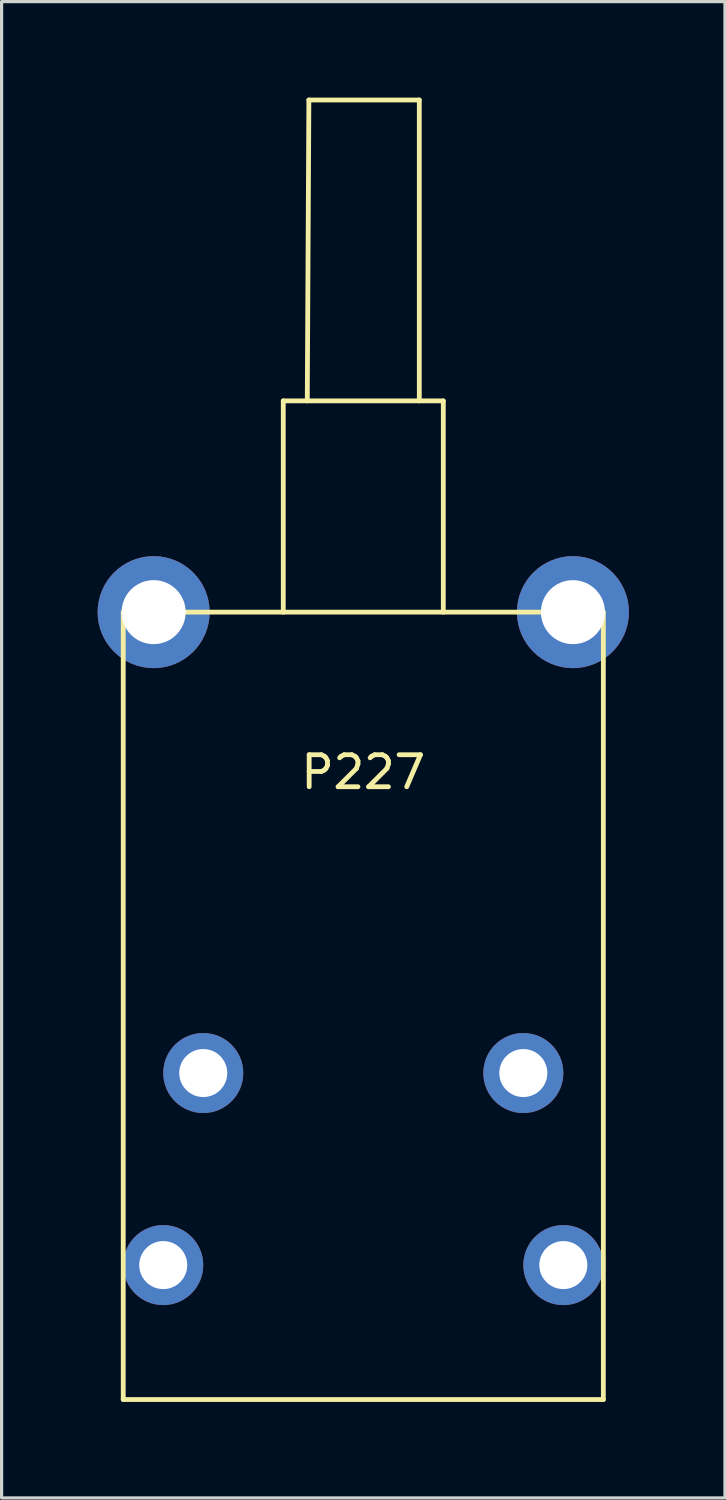
<source format=kicad_pcb>
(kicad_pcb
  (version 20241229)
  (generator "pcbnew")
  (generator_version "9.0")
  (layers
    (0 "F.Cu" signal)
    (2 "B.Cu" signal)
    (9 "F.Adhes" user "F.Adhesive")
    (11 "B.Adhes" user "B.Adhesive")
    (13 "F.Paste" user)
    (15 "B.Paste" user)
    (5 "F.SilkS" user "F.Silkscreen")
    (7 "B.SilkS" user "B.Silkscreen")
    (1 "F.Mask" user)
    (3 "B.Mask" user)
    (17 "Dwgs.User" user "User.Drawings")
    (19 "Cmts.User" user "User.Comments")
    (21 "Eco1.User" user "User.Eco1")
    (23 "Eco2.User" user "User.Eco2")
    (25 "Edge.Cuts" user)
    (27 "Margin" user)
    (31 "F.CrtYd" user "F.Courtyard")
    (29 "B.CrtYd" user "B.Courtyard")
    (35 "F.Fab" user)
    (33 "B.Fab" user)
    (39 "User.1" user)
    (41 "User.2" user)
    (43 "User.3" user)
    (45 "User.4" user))
  (footprint "P227"
    (layer "F.Cu")
    (at 8.3 20.575)
    (property "Reference" "P227" (at 0 0.5 0) (layer "F.SilkS") (effects (font (size 1 1) (thickness 0.15))))
    (attr through_hole)
    (fp_line (start -7.5 -4.5) (end -7.5 20.1) (stroke (width 0.15) (type solid)) (layer "F.SilkS"))
    (fp_line (start -2.5 -11.1) (end 2.5 -11.1) (stroke (width 0.15) (type solid)) (layer "F.SilkS"))
    (fp_line (start -2.5 -4.5) (end -2.5 -11.1) (stroke (width 0.15) (type solid)) (layer "F.SilkS"))
    (fp_line (start -1.75 -11.1) (end -1.7 -20.5) (stroke (width 0.15) (type solid)) (layer "F.SilkS"))
    (fp_line (start -1.7 -20.5) (end 1.75 -20.5) (stroke (width 0.15) (type solid)) (layer "F.SilkS"))
    (fp_line (start 1.75 -20.5) (end 1.75 -11.1) (stroke (width 0.15) (type solid)) (layer "F.SilkS"))
    (fp_line (start 2.5 -11.1) (end 2.5 -4.5) (stroke (width 0.15) (type solid)) (layer "F.SilkS"))
    (fp_line (start 7.5 -4.5) (end -7.5 -4.5) (stroke (width 0.15) (type solid)) (layer "F.SilkS"))
    (fp_line (start 7.5 20.1) (end -7.5 20.1) (stroke (width 0.15) (type solid)) (layer "F.SilkS"))
    (fp_line (start 7.5 20.1) (end 7.5 -4.5) (stroke (width 0.15) (type solid)) (layer "F.SilkS"))
    (pad "1" thru_hole circle (at -6.25 15.9) (size 2.5 2.5) (drill 1.5) (layers "*.Cu" "*.Mask"))
    (pad "2" thru_hole circle (at 6.25 15.9) (size 2.5 2.5) (drill 1.5) (layers "*.Cu" "*.Mask"))
    (pad "3" thru_hole circle (at -5 9.9) (size 2.5 2.5) (drill 1.5) (layers "*.Cu" "*.Mask"))
    (pad "4" thru_hole circle (at 5 9.9) (size 2.5 2.5) (drill 1.5) (layers "*.Cu" "*.Mask"))
    (pad "5" thru_hole circle (at -6.55 -4.5) (size 3.5 3.5) (drill 2) (layers "*.Cu" "*.Mask"))
    (pad "6" thru_hole circle (at 6.55 -4.5) (size 3.5 3.5) (drill 2) (layers "*.Cu" "*.Mask")))
  (gr_rect
    (start -3 -3)
    (end 19.6 43.75)
    (stroke (width 0.1) (type default))
    (fill no)
    (layer "Edge.Cuts")))
</source>
